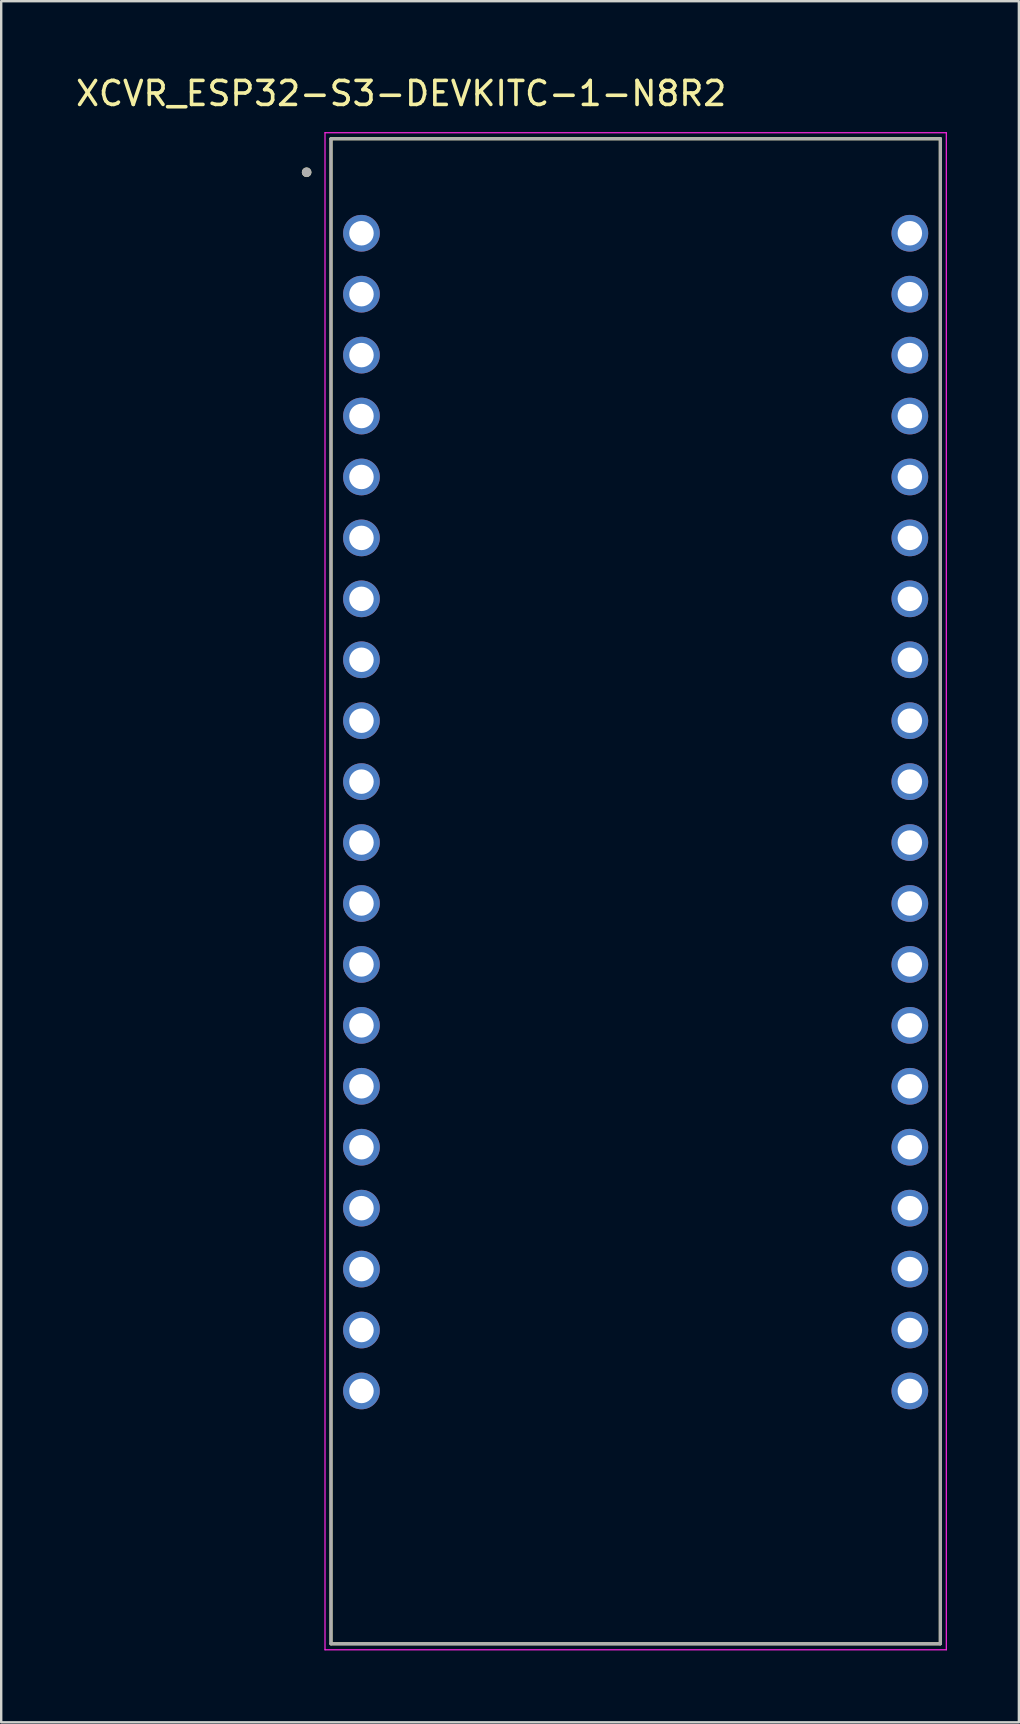
<source format=kicad_pcb>
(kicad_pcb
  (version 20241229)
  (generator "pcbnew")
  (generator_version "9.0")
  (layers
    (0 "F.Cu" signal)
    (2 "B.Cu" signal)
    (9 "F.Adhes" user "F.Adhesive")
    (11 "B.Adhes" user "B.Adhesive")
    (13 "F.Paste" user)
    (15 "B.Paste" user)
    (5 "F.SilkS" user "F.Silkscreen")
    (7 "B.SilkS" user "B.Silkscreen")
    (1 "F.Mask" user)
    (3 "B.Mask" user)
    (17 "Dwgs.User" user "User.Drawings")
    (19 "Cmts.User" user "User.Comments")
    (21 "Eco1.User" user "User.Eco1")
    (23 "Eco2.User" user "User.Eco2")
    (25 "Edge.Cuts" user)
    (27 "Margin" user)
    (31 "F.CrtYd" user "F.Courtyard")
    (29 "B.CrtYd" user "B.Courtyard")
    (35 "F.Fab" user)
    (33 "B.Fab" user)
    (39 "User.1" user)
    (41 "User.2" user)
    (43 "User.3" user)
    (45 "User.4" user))
  (footprint "XCVR_ESP32-S3-DEVKITC-1-N8R2"
    (layer "F.Cu")
    (at 23.448 34.103)
    (property "Reference" "XCVR_ESP32-S3-DEVKITC-1-N8R2" (at -9.775 -33.255 0) (layer "F.SilkS") (effects (font (size 1 1) (thickness 0.15))))
    (attr through_hole)
    (fp_line (start -12.7 -31.37) (end 12.7 -31.37) (stroke (width 0.127) (type solid)) (layer "F.SilkS"))
    (fp_line (start -12.7 31.37) (end -12.7 -31.37) (stroke (width 0.127) (type solid)) (layer "F.SilkS"))
    (fp_line (start 12.7 -31.37) (end 12.7 31.37) (stroke (width 0.127) (type solid)) (layer "F.SilkS"))
    (fp_line (start 12.7 31.37) (end -12.7 31.37) (stroke (width 0.127) (type solid)) (layer "F.SilkS"))
    (fp_circle (center -13.716 -29.972) (end -13.616 -29.972) (stroke (width 0.2) (type solid)) (fill no) (layer "F.SilkS"))
    (fp_line (start -12.95 -31.62) (end -12.95 31.62) (stroke (width 0.05) (type solid)) (layer "F.CrtYd"))
    (fp_line (start -12.95 31.62) (end 12.95 31.62) (stroke (width 0.05) (type solid)) (layer "F.CrtYd"))
    (fp_line (start 12.95 -31.62) (end -12.95 -31.62) (stroke (width 0.05) (type solid)) (layer "F.CrtYd"))
    (fp_line (start 12.95 31.62) (end 12.95 -31.62) (stroke (width 0.05) (type solid)) (layer "F.CrtYd"))
    (fp_line (start -12.7 -31.37) (end 12.7 -31.37) (stroke (width 0.127) (type solid)) (layer "F.Fab"))
    (fp_line (start -12.7 31.37) (end -12.7 -31.37) (stroke (width 0.127) (type solid)) (layer "F.Fab"))
    (fp_line (start 12.7 -31.37) (end 12.7 31.37) (stroke (width 0.127) (type solid)) (layer "F.Fab"))
    (fp_line (start 12.7 31.37) (end -12.7 31.37) (stroke (width 0.127) (type solid)) (layer "F.Fab"))
    (fp_circle (center -13.716 -29.972) (end -13.616 -29.972) (stroke (width 0.2) (type solid)) (fill no) (layer "F.Fab"))
    (pad "J1_2" thru_hole circle (at -11.43 -27.43) (size 1.53 1.53) (drill 1.02) (layers "*.Cu" "*.Mask"))
    (pad "J1_3" thru_hole circle (at -11.43 -24.89) (size 1.53 1.53) (drill 1.02) (layers "*.Cu" "*.Mask"))
    (pad "J1_4" thru_hole circle (at -11.43 -22.35) (size 1.53 1.53) (drill 1.02) (layers "*.Cu" "*.Mask"))
    (pad "J1_5" thru_hole circle (at -11.43 -19.81) (size 1.53 1.53) (drill 1.02) (layers "*.Cu" "*.Mask"))
    (pad "J1_6" thru_hole circle (at -11.43 -17.27) (size 1.53 1.53) (drill 1.02) (layers "*.Cu" "*.Mask"))
    (pad "J1_7" thru_hole circle (at -11.43 -14.73) (size 1.53 1.53) (drill 1.02) (layers "*.Cu" "*.Mask"))
    (pad "J1_8" thru_hole circle (at -11.43 -12.19) (size 1.53 1.53) (drill 1.02) (layers "*.Cu" "*.Mask"))
    (pad "J1_9" thru_hole circle (at -11.43 -9.65) (size 1.53 1.53) (drill 1.02) (layers "*.Cu" "*.Mask"))
    (pad "J1_10" thru_hole circle (at -11.43 -7.11) (size 1.53 1.53) (drill 1.02) (layers "*.Cu" "*.Mask"))
    (pad "J1_11" thru_hole circle (at -11.43 -4.57) (size 1.53 1.53) (drill 1.02) (layers "*.Cu" "*.Mask"))
    (pad "J1_12" thru_hole circle (at -11.43 -2.03) (size 1.53 1.53) (drill 1.02) (layers "*.Cu" "*.Mask"))
    (pad "J1_13" thru_hole circle (at -11.43 0.51) (size 1.53 1.53) (drill 1.02) (layers "*.Cu" "*.Mask"))
    (pad "J1_14" thru_hole circle (at -11.43 3.05) (size 1.53 1.53) (drill 1.02) (layers "*.Cu" "*.Mask"))
    (pad "J1_15" thru_hole circle (at -11.43 5.59) (size 1.53 1.53) (drill 1.02) (layers "*.Cu" "*.Mask"))
    (pad "J1_16" thru_hole circle (at -11.43 8.13) (size 1.53 1.53) (drill 1.02) (layers "*.Cu" "*.Mask"))
    (pad "J1_17" thru_hole circle (at -11.43 10.67) (size 1.53 1.53) (drill 1.02) (layers "*.Cu" "*.Mask"))
    (pad "J1_18" thru_hole circle (at -11.43 13.21) (size 1.53 1.53) (drill 1.02) (layers "*.Cu" "*.Mask"))
    (pad "J1_19" thru_hole circle (at -11.43 15.75) (size 1.53 1.53) (drill 1.02) (layers "*.Cu" "*.Mask"))
    (pad "J1_20" thru_hole circle (at -11.43 18.29) (size 1.53 1.53) (drill 1.02) (layers "*.Cu" "*.Mask"))
    (pad "J1_21" thru_hole circle (at -11.43 20.83) (size 1.53 1.53) (drill 1.02) (layers "*.Cu" "*.Mask"))
    (pad "J3_2" thru_hole circle (at 11.43 -27.43) (size 1.53 1.53) (drill 1.02) (layers "*.Cu" "*.Mask"))
    (pad "J3_3" thru_hole circle (at 11.43 -24.89) (size 1.53 1.53) (drill 1.02) (layers "*.Cu" "*.Mask"))
    (pad "J3_4" thru_hole circle (at 11.43 -22.35) (size 1.53 1.53) (drill 1.02) (layers "*.Cu" "*.Mask"))
    (pad "J3_5" thru_hole circle (at 11.43 -19.81) (size 1.53 1.53) (drill 1.02) (layers "*.Cu" "*.Mask"))
    (pad "J3_6" thru_hole circle (at 11.43 -17.27) (size 1.53 1.53) (drill 1.02) (layers "*.Cu" "*.Mask"))
    (pad "J3_7" thru_hole circle (at 11.43 -14.73) (size 1.53 1.53) (drill 1.02) (layers "*.Cu" "*.Mask"))
    (pad "J3_8" thru_hole circle (at 11.43 -12.19) (size 1.53 1.53) (drill 1.02) (layers "*.Cu" "*.Mask"))
    (pad "J3_9" thru_hole circle (at 11.43 -9.65) (size 1.53 1.53) (drill 1.02) (layers "*.Cu" "*.Mask"))
    (pad "J3_10" thru_hole circle (at 11.43 -7.11) (size 1.53 1.53) (drill 1.02) (layers "*.Cu" "*.Mask"))
    (pad "J3_11" thru_hole circle (at 11.43 -4.57) (size 1.53 1.53) (drill 1.02) (layers "*.Cu" "*.Mask"))
    (pad "J3_12" thru_hole circle (at 11.43 -2.03) (size 1.53 1.53) (drill 1.02) (layers "*.Cu" "*.Mask"))
    (pad "J3_13" thru_hole circle (at 11.43 0.51) (size 1.53 1.53) (drill 1.02) (layers "*.Cu" "*.Mask"))
    (pad "J3_14" thru_hole circle (at 11.43 3.05) (size 1.53 1.53) (drill 1.02) (layers "*.Cu" "*.Mask"))
    (pad "J3_15" thru_hole circle (at 11.43 5.59) (size 1.53 1.53) (drill 1.02) (layers "*.Cu" "*.Mask"))
    (pad "J3_16" thru_hole circle (at 11.43 8.13) (size 1.53 1.53) (drill 1.02) (layers "*.Cu" "*.Mask"))
    (pad "J3_17" thru_hole circle (at 11.43 10.67) (size 1.53 1.53) (drill 1.02) (layers "*.Cu" "*.Mask"))
    (pad "J3_18" thru_hole circle (at 11.43 13.21) (size 1.53 1.53) (drill 1.02) (layers "*.Cu" "*.Mask"))
    (pad "J3_19" thru_hole circle (at 11.43 15.75) (size 1.53 1.53) (drill 1.02) (layers "*.Cu" "*.Mask"))
    (pad "J3_20" thru_hole circle (at 11.43 18.29) (size 1.53 1.53) (drill 1.02) (layers "*.Cu" "*.Mask"))
    (pad "J3_21" thru_hole circle (at 11.43 20.83) (size 1.53 1.53) (drill 1.02) (layers "*.Cu" "*.Mask")))
  (gr_rect
    (start -3 -3)
    (end 39.423 68.748)
    (stroke (width 0.1) (type default))
    (fill no)
    (layer "Edge.Cuts")))
</source>
